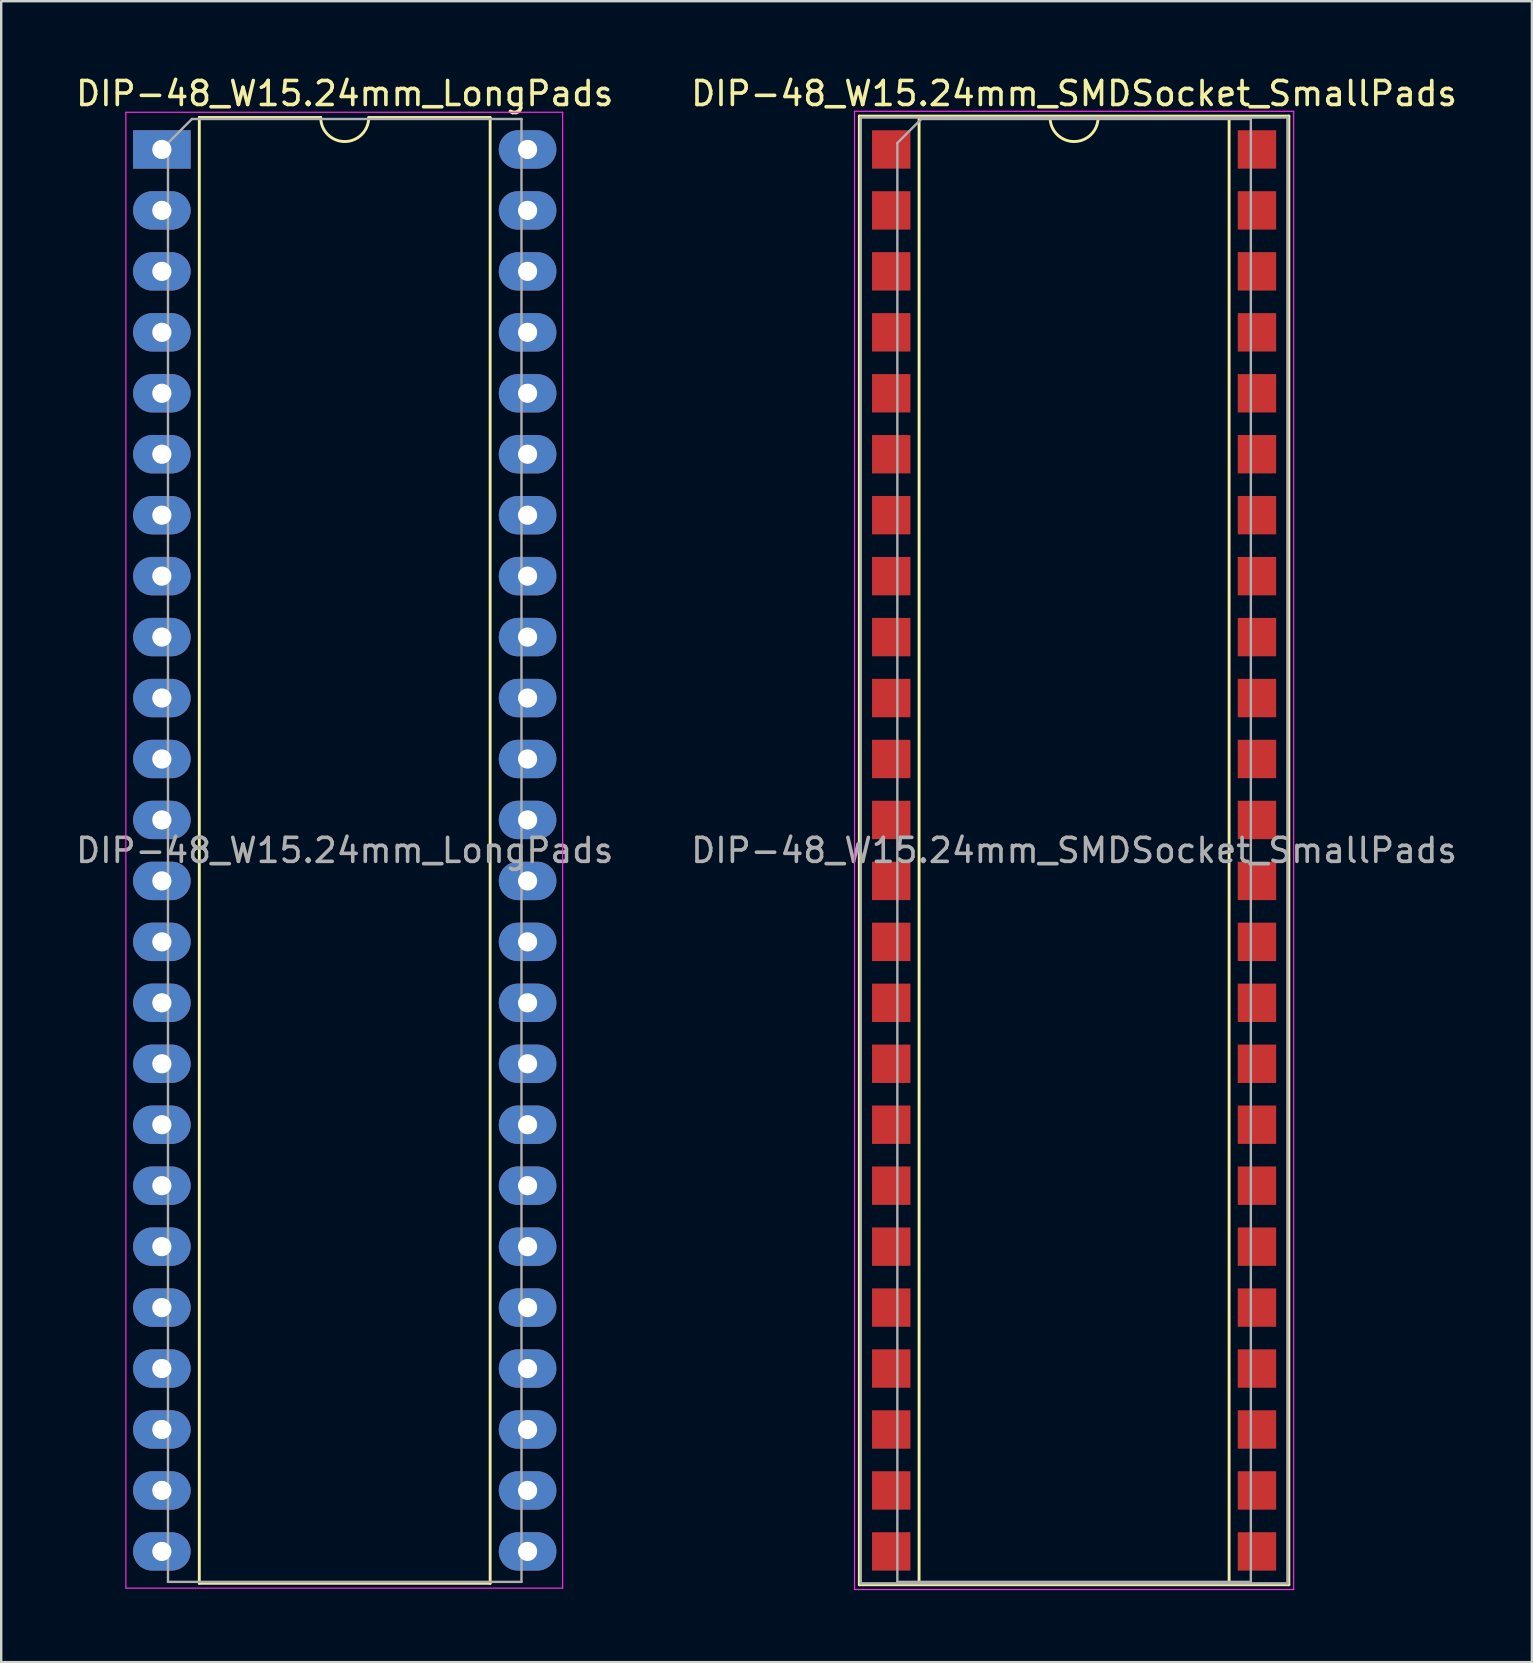
<source format=kicad_pcb>
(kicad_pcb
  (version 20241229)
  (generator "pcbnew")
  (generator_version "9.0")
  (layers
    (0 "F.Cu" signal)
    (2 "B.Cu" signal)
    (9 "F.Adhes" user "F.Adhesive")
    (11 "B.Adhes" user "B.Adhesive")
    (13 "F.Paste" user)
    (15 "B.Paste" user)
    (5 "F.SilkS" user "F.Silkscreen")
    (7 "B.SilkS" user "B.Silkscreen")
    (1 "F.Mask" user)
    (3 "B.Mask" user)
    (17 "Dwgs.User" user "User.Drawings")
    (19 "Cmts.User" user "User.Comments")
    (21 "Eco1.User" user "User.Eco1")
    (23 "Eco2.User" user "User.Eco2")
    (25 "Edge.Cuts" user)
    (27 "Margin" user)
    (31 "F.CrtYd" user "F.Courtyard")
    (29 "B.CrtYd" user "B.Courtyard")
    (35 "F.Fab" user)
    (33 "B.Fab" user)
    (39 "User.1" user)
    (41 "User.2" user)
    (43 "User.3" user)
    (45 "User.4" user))
  (footprint "DIP-48_W15.24mm_SMDSocket_SmallPads"
    (layer "F.Cu")
    (at 41.708 32.388)
    (property "Reference" "DIP-48_W15.24mm_SMDSocket_SmallPads" (at 0 -31.54 0) (layer "F.SilkS") (effects (font (size 1 1) (thickness 0.15))))
    (attr smd)
    (fp_line (start -8.95 -30.6) (end -8.95 30.6) (stroke (width 0.12) (type solid)) (layer "F.SilkS"))
    (fp_line (start -8.95 30.6) (end 8.95 30.6) (stroke (width 0.12) (type solid)) (layer "F.SilkS"))
    (fp_line (start -6.46 -30.54) (end -6.46 30.54) (stroke (width 0.12) (type solid)) (layer "F.SilkS"))
    (fp_line (start -6.46 30.54) (end 6.46 30.54) (stroke (width 0.12) (type solid)) (layer "F.SilkS"))
    (fp_line (start -1 -30.54) (end -6.46 -30.54) (stroke (width 0.12) (type solid)) (layer "F.SilkS"))
    (fp_line (start 6.46 -30.54) (end 1 -30.54) (stroke (width 0.12) (type solid)) (layer "F.SilkS"))
    (fp_line (start 6.46 30.54) (end 6.46 -30.54) (stroke (width 0.12) (type solid)) (layer "F.SilkS"))
    (fp_line (start 8.95 -30.6) (end -8.95 -30.6) (stroke (width 0.12) (type solid)) (layer "F.SilkS"))
    (fp_line (start 8.95 30.6) (end 8.95 -30.6) (stroke (width 0.12) (type solid)) (layer "F.SilkS"))
    (fp_arc (start 1 -30.54) (mid 0 -29.54) (end -1 -30.54) (stroke (width 0.12) (type solid)) (layer "F.SilkS"))
    (fp_line (start -9.15 -30.8) (end -9.15 30.8) (stroke (width 0.05) (type solid)) (layer "F.CrtYd"))
    (fp_line (start -9.15 30.8) (end 9.15 30.8) (stroke (width 0.05) (type solid)) (layer "F.CrtYd"))
    (fp_line (start 9.15 -30.8) (end -9.15 -30.8) (stroke (width 0.05) (type solid)) (layer "F.CrtYd"))
    (fp_line (start 9.15 30.8) (end 9.15 -30.8) (stroke (width 0.05) (type solid)) (layer "F.CrtYd"))
    (fp_line (start -8.89 -30.54) (end -8.89 30.54) (stroke (width 0.1) (type solid)) (layer "F.Fab"))
    (fp_line (start -8.89 30.54) (end 8.89 30.54) (stroke (width 0.1) (type solid)) (layer "F.Fab"))
    (fp_line (start -7.365 -29.48) (end -6.365 -30.48) (stroke (width 0.1) (type solid)) (layer "F.Fab"))
    (fp_line (start -7.365 30.48) (end -7.365 -29.48) (stroke (width 0.1) (type solid)) (layer "F.Fab"))
    (fp_line (start -6.365 -30.48) (end 7.365 -30.48) (stroke (width 0.1) (type solid)) (layer "F.Fab"))
    (fp_line (start 7.365 -30.48) (end 7.365 30.48) (stroke (width 0.1) (type solid)) (layer "F.Fab"))
    (fp_line (start 7.365 30.48) (end -7.365 30.48) (stroke (width 0.1) (type solid)) (layer "F.Fab"))
    (fp_line (start 8.89 -30.54) (end -8.89 -30.54) (stroke (width 0.1) (type solid)) (layer "F.Fab"))
    (fp_line (start 8.89 30.54) (end 8.89 -30.54) (stroke (width 0.1) (type solid)) (layer "F.Fab"))
    (fp_text user "${REFERENCE}" (at 0 0 0) (layer "F.Fab") (effects (font (size 1 1) (thickness 0.15))))
    (pad "1" smd rect (at -7.62 -29.21) (size 1.6 1.6) (layers "F.Cu" "F.Mask" "F.Paste"))
    (pad "2" smd rect (at -7.62 -26.67) (size 1.6 1.6) (layers "F.Cu" "F.Mask" "F.Paste"))
    (pad "3" smd rect (at -7.62 -24.13) (size 1.6 1.6) (layers "F.Cu" "F.Mask" "F.Paste"))
    (pad "4" smd rect (at -7.62 -21.59) (size 1.6 1.6) (layers "F.Cu" "F.Mask" "F.Paste"))
    (pad "5" smd rect (at -7.62 -19.05) (size 1.6 1.6) (layers "F.Cu" "F.Mask" "F.Paste"))
    (pad "6" smd rect (at -7.62 -16.51) (size 1.6 1.6) (layers "F.Cu" "F.Mask" "F.Paste"))
    (pad "7" smd rect (at -7.62 -13.97) (size 1.6 1.6) (layers "F.Cu" "F.Mask" "F.Paste"))
    (pad "8" smd rect (at -7.62 -11.43) (size 1.6 1.6) (layers "F.Cu" "F.Mask" "F.Paste"))
    (pad "9" smd rect (at -7.62 -8.89) (size 1.6 1.6) (layers "F.Cu" "F.Mask" "F.Paste"))
    (pad "10" smd rect (at -7.62 -6.35) (size 1.6 1.6) (layers "F.Cu" "F.Mask" "F.Paste"))
    (pad "11" smd rect (at -7.62 -3.81) (size 1.6 1.6) (layers "F.Cu" "F.Mask" "F.Paste"))
    (pad "12" smd rect (at -7.62 -1.27) (size 1.6 1.6) (layers "F.Cu" "F.Mask" "F.Paste"))
    (pad "13" smd rect (at -7.62 1.27) (size 1.6 1.6) (layers "F.Cu" "F.Mask" "F.Paste"))
    (pad "14" smd rect (at -7.62 3.81) (size 1.6 1.6) (layers "F.Cu" "F.Mask" "F.Paste"))
    (pad "15" smd rect (at -7.62 6.35) (size 1.6 1.6) (layers "F.Cu" "F.Mask" "F.Paste"))
    (pad "16" smd rect (at -7.62 8.89) (size 1.6 1.6) (layers "F.Cu" "F.Mask" "F.Paste"))
    (pad "17" smd rect (at -7.62 11.43) (size 1.6 1.6) (layers "F.Cu" "F.Mask" "F.Paste"))
    (pad "18" smd rect (at -7.62 13.97) (size 1.6 1.6) (layers "F.Cu" "F.Mask" "F.Paste"))
    (pad "19" smd rect (at -7.62 16.51) (size 1.6 1.6) (layers "F.Cu" "F.Mask" "F.Paste"))
    (pad "20" smd rect (at -7.62 19.05) (size 1.6 1.6) (layers "F.Cu" "F.Mask" "F.Paste"))
    (pad "21" smd rect (at -7.62 21.59) (size 1.6 1.6) (layers "F.Cu" "F.Mask" "F.Paste"))
    (pad "22" smd rect (at -7.62 24.13) (size 1.6 1.6) (layers "F.Cu" "F.Mask" "F.Paste"))
    (pad "23" smd rect (at -7.62 26.67) (size 1.6 1.6) (layers "F.Cu" "F.Mask" "F.Paste"))
    (pad "24" smd rect (at -7.62 29.21) (size 1.6 1.6) (layers "F.Cu" "F.Mask" "F.Paste"))
    (pad "25" smd rect (at 7.62 29.21) (size 1.6 1.6) (layers "F.Cu" "F.Mask" "F.Paste"))
    (pad "26" smd rect (at 7.62 26.67) (size 1.6 1.6) (layers "F.Cu" "F.Mask" "F.Paste"))
    (pad "27" smd rect (at 7.62 24.13) (size 1.6 1.6) (layers "F.Cu" "F.Mask" "F.Paste"))
    (pad "28" smd rect (at 7.62 21.59) (size 1.6 1.6) (layers "F.Cu" "F.Mask" "F.Paste"))
    (pad "29" smd rect (at 7.62 19.05) (size 1.6 1.6) (layers "F.Cu" "F.Mask" "F.Paste"))
    (pad "30" smd rect (at 7.62 16.51) (size 1.6 1.6) (layers "F.Cu" "F.Mask" "F.Paste"))
    (pad "31" smd rect (at 7.62 13.97) (size 1.6 1.6) (layers "F.Cu" "F.Mask" "F.Paste"))
    (pad "32" smd rect (at 7.62 11.43) (size 1.6 1.6) (layers "F.Cu" "F.Mask" "F.Paste"))
    (pad "33" smd rect (at 7.62 8.89) (size 1.6 1.6) (layers "F.Cu" "F.Mask" "F.Paste"))
    (pad "34" smd rect (at 7.62 6.35) (size 1.6 1.6) (layers "F.Cu" "F.Mask" "F.Paste"))
    (pad "35" smd rect (at 7.62 3.81) (size 1.6 1.6) (layers "F.Cu" "F.Mask" "F.Paste"))
    (pad "36" smd rect (at 7.62 1.27) (size 1.6 1.6) (layers "F.Cu" "F.Mask" "F.Paste"))
    (pad "37" smd rect (at 7.62 -1.27) (size 1.6 1.6) (layers "F.Cu" "F.Mask" "F.Paste"))
    (pad "38" smd rect (at 7.62 -3.81) (size 1.6 1.6) (layers "F.Cu" "F.Mask" "F.Paste"))
    (pad "39" smd rect (at 7.62 -6.35) (size 1.6 1.6) (layers "F.Cu" "F.Mask" "F.Paste"))
    (pad "40" smd rect (at 7.62 -8.89) (size 1.6 1.6) (layers "F.Cu" "F.Mask" "F.Paste"))
    (pad "41" smd rect (at 7.62 -11.43) (size 1.6 1.6) (layers "F.Cu" "F.Mask" "F.Paste"))
    (pad "42" smd rect (at 7.62 -13.97) (size 1.6 1.6) (layers "F.Cu" "F.Mask" "F.Paste"))
    (pad "43" smd rect (at 7.62 -16.51) (size 1.6 1.6) (layers "F.Cu" "F.Mask" "F.Paste"))
    (pad "44" smd rect (at 7.62 -19.05) (size 1.6 1.6) (layers "F.Cu" "F.Mask" "F.Paste"))
    (pad "45" smd rect (at 7.62 -21.59) (size 1.6 1.6) (layers "F.Cu" "F.Mask" "F.Paste"))
    (pad "46" smd rect (at 7.62 -24.13) (size 1.6 1.6) (layers "F.Cu" "F.Mask" "F.Paste"))
    (pad "47" smd rect (at 7.62 -26.67) (size 1.6 1.6) (layers "F.Cu" "F.Mask" "F.Paste"))
    (pad "48" smd rect (at 7.62 -29.21) (size 1.6 1.6) (layers "F.Cu" "F.Mask" "F.Paste")))
  (footprint "DIP-48_W15.24mm_LongPads"
    (layer "F.Cu")
    (at 3.695 3.178)
    (property "Reference" "DIP-48_W15.24mm_LongPads" (at 7.62 -2.33 0) (layer "F.SilkS") (effects (font (size 1 1) (thickness 0.15))))
    (attr through_hole)
    (fp_line (start 1.56 -1.33) (end 1.56 59.75) (stroke (width 0.12) (type solid)) (layer "F.SilkS"))
    (fp_line (start 1.56 59.75) (end 13.68 59.75) (stroke (width 0.12) (type solid)) (layer "F.SilkS"))
    (fp_line (start 6.62 -1.33) (end 1.56 -1.33) (stroke (width 0.12) (type solid)) (layer "F.SilkS"))
    (fp_line (start 13.68 -1.33) (end 8.62 -1.33) (stroke (width 0.12) (type solid)) (layer "F.SilkS"))
    (fp_line (start 13.68 59.75) (end 13.68 -1.33) (stroke (width 0.12) (type solid)) (layer "F.SilkS"))
    (fp_arc (start 8.62 -1.33) (mid 7.62 -0.33) (end 6.62 -1.33) (stroke (width 0.12) (type solid)) (layer "F.SilkS"))
    (fp_line (start -1.5 -1.55) (end -1.5 59.95) (stroke (width 0.05) (type solid)) (layer "F.CrtYd"))
    (fp_line (start -1.5 59.95) (end 16.7 59.95) (stroke (width 0.05) (type solid)) (layer "F.CrtYd"))
    (fp_line (start 16.7 -1.55) (end -1.5 -1.55) (stroke (width 0.05) (type solid)) (layer "F.CrtYd"))
    (fp_line (start 16.7 59.95) (end 16.7 -1.55) (stroke (width 0.05) (type solid)) (layer "F.CrtYd"))
    (fp_line (start 0.255 -0.27) (end 1.255 -1.27) (stroke (width 0.1) (type solid)) (layer "F.Fab"))
    (fp_line (start 0.255 59.69) (end 0.255 -0.27) (stroke (width 0.1) (type solid)) (layer "F.Fab"))
    (fp_line (start 1.255 -1.27) (end 14.985 -1.27) (stroke (width 0.1) (type solid)) (layer "F.Fab"))
    (fp_line (start 14.985 -1.27) (end 14.985 59.69) (stroke (width 0.1) (type solid)) (layer "F.Fab"))
    (fp_line (start 14.985 59.69) (end 0.255 59.69) (stroke (width 0.1) (type solid)) (layer "F.Fab"))
    (fp_text user "${REFERENCE}" (at 7.62 29.21 0) (layer "F.Fab") (effects (font (size 1 1) (thickness 0.15))))
    (pad "1" thru_hole rect (at 0 0) (size 2.4 1.6) (drill 0.8) (layers "*.Cu" "*.Mask"))
    (pad "2" thru_hole oval (at 0 2.54) (size 2.4 1.6) (drill 0.8) (layers "*.Cu" "*.Mask"))
    (pad "3" thru_hole oval (at 0 5.08) (size 2.4 1.6) (drill 0.8) (layers "*.Cu" "*.Mask"))
    (pad "4" thru_hole oval (at 0 7.62) (size 2.4 1.6) (drill 0.8) (layers "*.Cu" "*.Mask"))
    (pad "5" thru_hole oval (at 0 10.16) (size 2.4 1.6) (drill 0.8) (layers "*.Cu" "*.Mask"))
    (pad "6" thru_hole oval (at 0 12.7) (size 2.4 1.6) (drill 0.8) (layers "*.Cu" "*.Mask"))
    (pad "7" thru_hole oval (at 0 15.24) (size 2.4 1.6) (drill 0.8) (layers "*.Cu" "*.Mask"))
    (pad "8" thru_hole oval (at 0 17.78) (size 2.4 1.6) (drill 0.8) (layers "*.Cu" "*.Mask"))
    (pad "9" thru_hole oval (at 0 20.32) (size 2.4 1.6) (drill 0.8) (layers "*.Cu" "*.Mask"))
    (pad "10" thru_hole oval (at 0 22.86) (size 2.4 1.6) (drill 0.8) (layers "*.Cu" "*.Mask"))
    (pad "11" thru_hole oval (at 0 25.4) (size 2.4 1.6) (drill 0.8) (layers "*.Cu" "*.Mask"))
    (pad "12" thru_hole oval (at 0 27.94) (size 2.4 1.6) (drill 0.8) (layers "*.Cu" "*.Mask"))
    (pad "13" thru_hole oval (at 0 30.48) (size 2.4 1.6) (drill 0.8) (layers "*.Cu" "*.Mask"))
    (pad "14" thru_hole oval (at 0 33.02) (size 2.4 1.6) (drill 0.8) (layers "*.Cu" "*.Mask"))
    (pad "15" thru_hole oval (at 0 35.56) (size 2.4 1.6) (drill 0.8) (layers "*.Cu" "*.Mask"))
    (pad "16" thru_hole oval (at 0 38.1) (size 2.4 1.6) (drill 0.8) (layers "*.Cu" "*.Mask"))
    (pad "17" thru_hole oval (at 0 40.64) (size 2.4 1.6) (drill 0.8) (layers "*.Cu" "*.Mask"))
    (pad "18" thru_hole oval (at 0 43.18) (size 2.4 1.6) (drill 0.8) (layers "*.Cu" "*.Mask"))
    (pad "19" thru_hole oval (at 0 45.72) (size 2.4 1.6) (drill 0.8) (layers "*.Cu" "*.Mask"))
    (pad "20" thru_hole oval (at 0 48.26) (size 2.4 1.6) (drill 0.8) (layers "*.Cu" "*.Mask"))
    (pad "21" thru_hole oval (at 0 50.8) (size 2.4 1.6) (drill 0.8) (layers "*.Cu" "*.Mask"))
    (pad "22" thru_hole oval (at 0 53.34) (size 2.4 1.6) (drill 0.8) (layers "*.Cu" "*.Mask"))
    (pad "23" thru_hole oval (at 0 55.88) (size 2.4 1.6) (drill 0.8) (layers "*.Cu" "*.Mask"))
    (pad "24" thru_hole oval (at 0 58.42) (size 2.4 1.6) (drill 0.8) (layers "*.Cu" "*.Mask"))
    (pad "25" thru_hole oval (at 15.24 58.42) (size 2.4 1.6) (drill 0.8) (layers "*.Cu" "*.Mask"))
    (pad "26" thru_hole oval (at 15.24 55.88) (size 2.4 1.6) (drill 0.8) (layers "*.Cu" "*.Mask"))
    (pad "27" thru_hole oval (at 15.24 53.34) (size 2.4 1.6) (drill 0.8) (layers "*.Cu" "*.Mask"))
    (pad "28" thru_hole oval (at 15.24 50.8) (size 2.4 1.6) (drill 0.8) (layers "*.Cu" "*.Mask"))
    (pad "29" thru_hole oval (at 15.24 48.26) (size 2.4 1.6) (drill 0.8) (layers "*.Cu" "*.Mask"))
    (pad "30" thru_hole oval (at 15.24 45.72) (size 2.4 1.6) (drill 0.8) (layers "*.Cu" "*.Mask"))
    (pad "31" thru_hole oval (at 15.24 43.18) (size 2.4 1.6) (drill 0.8) (layers "*.Cu" "*.Mask"))
    (pad "32" thru_hole oval (at 15.24 40.64) (size 2.4 1.6) (drill 0.8) (layers "*.Cu" "*.Mask"))
    (pad "33" thru_hole oval (at 15.24 38.1) (size 2.4 1.6) (drill 0.8) (layers "*.Cu" "*.Mask"))
    (pad "34" thru_hole oval (at 15.24 35.56) (size 2.4 1.6) (drill 0.8) (layers "*.Cu" "*.Mask"))
    (pad "35" thru_hole oval (at 15.24 33.02) (size 2.4 1.6) (drill 0.8) (layers "*.Cu" "*.Mask"))
    (pad "36" thru_hole oval (at 15.24 30.48) (size 2.4 1.6) (drill 0.8) (layers "*.Cu" "*.Mask"))
    (pad "37" thru_hole oval (at 15.24 27.94) (size 2.4 1.6) (drill 0.8) (layers "*.Cu" "*.Mask"))
    (pad "38" thru_hole oval (at 15.24 25.4) (size 2.4 1.6) (drill 0.8) (layers "*.Cu" "*.Mask"))
    (pad "39" thru_hole oval (at 15.24 22.86) (size 2.4 1.6) (drill 0.8) (layers "*.Cu" "*.Mask"))
    (pad "40" thru_hole oval (at 15.24 20.32) (size 2.4 1.6) (drill 0.8) (layers "*.Cu" "*.Mask"))
    (pad "41" thru_hole oval (at 15.24 17.78) (size 2.4 1.6) (drill 0.8) (layers "*.Cu" "*.Mask"))
    (pad "42" thru_hole oval (at 15.24 15.24) (size 2.4 1.6) (drill 0.8) (layers "*.Cu" "*.Mask"))
    (pad "43" thru_hole oval (at 15.24 12.7) (size 2.4 1.6) (drill 0.8) (layers "*.Cu" "*.Mask"))
    (pad "44" thru_hole oval (at 15.24 10.16) (size 2.4 1.6) (drill 0.8) (layers "*.Cu" "*.Mask"))
    (pad "45" thru_hole oval (at 15.24 7.62) (size 2.4 1.6) (drill 0.8) (layers "*.Cu" "*.Mask"))
    (pad "46" thru_hole oval (at 15.24 5.08) (size 2.4 1.6) (drill 0.8) (layers "*.Cu" "*.Mask"))
    (pad "47" thru_hole oval (at 15.24 2.54) (size 2.4 1.6) (drill 0.8) (layers "*.Cu" "*.Mask"))
    (pad "48" thru_hole oval (at 15.24 0) (size 2.4 1.6) (drill 0.8) (layers "*.Cu" "*.Mask")))
  (gr_rect
    (start -3 -3)
    (end 60.786 66.213)
    (stroke (width 0.1) (type default))
    (fill no)
    (layer "Edge.Cuts")))
</source>
